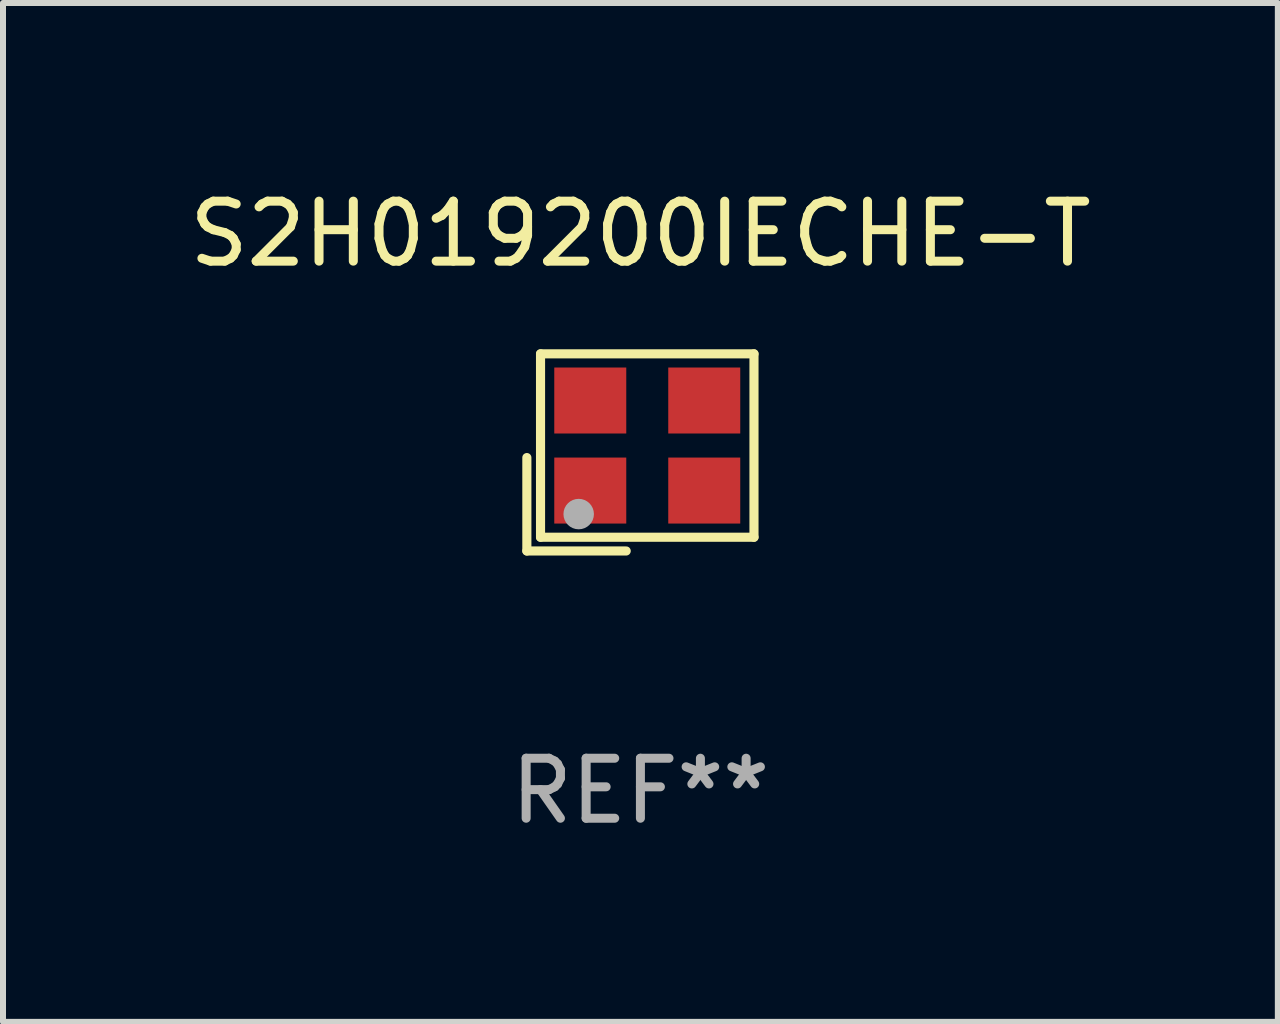
<source format=kicad_pcb>
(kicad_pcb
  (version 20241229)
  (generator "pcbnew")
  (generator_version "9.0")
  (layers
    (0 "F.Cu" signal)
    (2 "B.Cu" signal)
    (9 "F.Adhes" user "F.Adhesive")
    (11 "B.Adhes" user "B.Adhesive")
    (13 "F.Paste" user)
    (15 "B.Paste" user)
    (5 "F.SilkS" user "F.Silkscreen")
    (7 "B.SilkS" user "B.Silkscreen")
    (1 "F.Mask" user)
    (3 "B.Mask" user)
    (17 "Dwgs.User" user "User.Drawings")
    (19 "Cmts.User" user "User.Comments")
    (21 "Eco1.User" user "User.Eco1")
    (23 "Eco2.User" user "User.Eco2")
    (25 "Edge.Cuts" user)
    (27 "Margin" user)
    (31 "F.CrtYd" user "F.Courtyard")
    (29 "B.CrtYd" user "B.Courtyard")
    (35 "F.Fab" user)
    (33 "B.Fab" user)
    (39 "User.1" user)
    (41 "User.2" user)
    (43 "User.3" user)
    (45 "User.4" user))
  (footprint "S2H019200IECHE-T"
    (layer "F.Cu")
    (at 7.625 4.491)
    (property "Reference" "S2H019200IECHE-T" (at 0 -3.643 0) (layer "F.SilkS") (effects (font (size 1 1) (thickness 0.15))))
    (attr through_hole)
    (fp_line (start -1.893 0.086) (end -1.893 1.643) (stroke (width 0.152) (type solid)) (layer "F.SilkS"))
    (fp_line (start -1.893 1.643) (end -0.237 1.643) (stroke (width 0.152) (type solid)) (layer "F.SilkS"))
    (fp_line (start -1.665 -1.643) (end 1.893 -1.643) (stroke (width 0.152) (type solid)) (layer "F.SilkS"))
    (fp_line (start -1.665 1.414) (end -1.665 -1.643) (stroke (width 0.152) (type solid)) (layer "F.SilkS"))
    (fp_line (start 1.893 -1.643) (end 1.893 1.414) (stroke (width 0.152) (type solid)) (layer "F.SilkS"))
    (fp_line (start 1.893 1.414) (end -1.665 1.414) (stroke (width 0.152) (type solid)) (layer "F.SilkS"))
    (fp_circle (center -1.136 0.885) (end -1.106 0.885) (stroke (width 0.06) (type solid)) (fill no) (layer "F.SilkS"))
    (fp_circle (center -1.029 1.028) (end -0.902 1.028) (stroke (width 0.254) (type solid)) (fill no) (layer "F.Fab"))
    (fp_text user "REF**" (at 0 5.643 0) (layer "F.Fab") (effects (font (size 1 1) (thickness 0.15))))
    (pad "1" smd rect (at -0.836 0.636) (size 1.2 1.1) (layers "F.Cu" "F.Mask" "F.Paste"))
    (pad "2" smd rect (at 1.064 0.636) (size 1.2 1.1) (layers "F.Cu" "F.Mask" "F.Paste"))
    (pad "3" smd rect (at 1.064 -0.865) (size 1.2 1.1) (layers "F.Cu" "F.Mask" "F.Paste"))
    (pad "4" smd rect (at -0.836 -0.865) (size 1.2 1.1) (layers "F.Cu" "F.Mask" "F.Paste")))
  (gr_rect
    (start -3 -3)
    (end 18.25 13.983)
    (stroke (width 0.1) (type default))
    (fill no)
    (layer "Edge.Cuts")))
</source>
